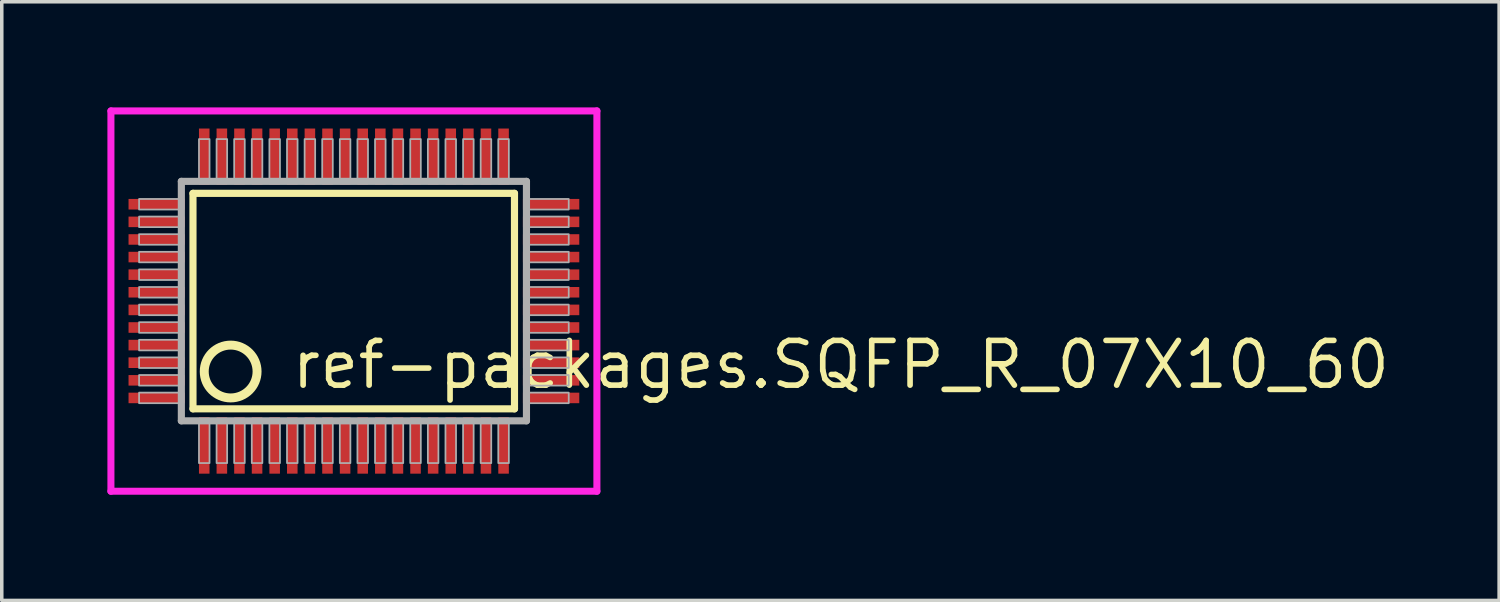
<source format=kicad_pcb>
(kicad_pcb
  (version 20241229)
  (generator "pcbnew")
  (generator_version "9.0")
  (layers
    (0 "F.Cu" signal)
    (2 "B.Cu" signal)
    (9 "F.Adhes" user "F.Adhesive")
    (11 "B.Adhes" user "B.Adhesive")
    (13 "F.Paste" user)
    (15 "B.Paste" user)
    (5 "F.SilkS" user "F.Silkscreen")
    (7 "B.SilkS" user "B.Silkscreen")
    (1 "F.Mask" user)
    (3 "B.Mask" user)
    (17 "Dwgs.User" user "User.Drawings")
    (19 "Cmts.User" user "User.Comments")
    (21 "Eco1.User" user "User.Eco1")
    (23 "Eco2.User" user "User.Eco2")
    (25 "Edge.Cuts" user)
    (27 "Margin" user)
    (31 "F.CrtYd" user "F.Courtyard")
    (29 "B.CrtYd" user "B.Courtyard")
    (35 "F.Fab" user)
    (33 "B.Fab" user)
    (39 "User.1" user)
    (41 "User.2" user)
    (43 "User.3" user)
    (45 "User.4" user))
  (footprint "ref-packages.SQFP_R_07X10_60"
    (layer "F.Cu")
    (at 7 5.5)
    (property "Reference" "ref-packages.SQFP_R_07X10_60" (at -1.85 2.55 0) (layer "F.SilkS") (effects (font (size 1.27 1.27) (thickness 0.16)) (justify left bottom)))
    (attr smd)
    (fp_line (start -4.57 -3.06) (end 4.56 -3.06) (stroke (width 0.203) (type default)) (layer "F.SilkS"))
    (fp_line (start -4.57 3.06) (end -4.57 -3.06) (stroke (width 0.203) (type default)) (layer "F.SilkS"))
    (fp_line (start 4.56 -3.06) (end 4.56 3.06) (stroke (width 0.203) (type default)) (layer "F.SilkS"))
    (fp_line (start 4.56 3.06) (end -4.57 3.06) (stroke (width 0.203) (type default)) (layer "F.SilkS"))
    (fp_circle (center -3.5 2) (end -2.75 2) (stroke (width 0.254) (type default)) (fill no) (layer "F.SilkS"))
    (fp_line (start -6.9 -5.4) (end 6.9 -5.4) (stroke (width 0.2) (type default)) (layer "F.CrtYd"))
    (fp_line (start -6.9 5.4) (end -6.9 -5.4) (stroke (width 0.2) (type default)) (layer "F.CrtYd"))
    (fp_line (start 6.9 -5.4) (end 6.9 5.4) (stroke (width 0.2) (type default)) (layer "F.CrtYd"))
    (fp_line (start 6.9 5.4) (end -6.9 5.4) (stroke (width 0.2) (type default)) (layer "F.CrtYd"))
    (fp_line (start -4.9 -3.4) (end -4.9 3.4) (stroke (width 0.203) (type default)) (layer "F.Fab"))
    (fp_line (start -4.9 3.4) (end 4.9 3.4) (stroke (width 0.203) (type default)) (layer "F.Fab"))
    (fp_line (start 4.9 -3.4) (end -4.9 -3.4) (stroke (width 0.203) (type default)) (layer "F.Fab"))
    (fp_line (start 4.9 3.4) (end 4.9 -3.4) (stroke (width 0.203) (type default)) (layer "F.Fab"))
    (fp_rect (start -6.1 -2.6) (end -4.95 -2.9) (stroke (width 0.05) (type default)) (fill no) (layer "F.Fab"))
    (fp_rect (start -6.1 -2.1) (end -4.95 -2.4) (stroke (width 0.05) (type default)) (fill no) (layer "F.Fab"))
    (fp_rect (start -6.1 -1.6) (end -4.95 -1.9) (stroke (width 0.05) (type default)) (fill no) (layer "F.Fab"))
    (fp_rect (start -6.1 -1.1) (end -4.95 -1.4) (stroke (width 0.05) (type default)) (fill no) (layer "F.Fab"))
    (fp_rect (start -6.1 -0.6) (end -4.95 -0.9) (stroke (width 0.05) (type default)) (fill no) (layer "F.Fab"))
    (fp_rect (start -6.1 -0.1) (end -4.95 -0.4) (stroke (width 0.05) (type default)) (fill no) (layer "F.Fab"))
    (fp_rect (start -6.1 0.4) (end -4.95 0.1) (stroke (width 0.05) (type default)) (fill no) (layer "F.Fab"))
    (fp_rect (start -6.1 0.9) (end -4.95 0.6) (stroke (width 0.05) (type default)) (fill no) (layer "F.Fab"))
    (fp_rect (start -6.1 1.4) (end -4.95 1.1) (stroke (width 0.05) (type default)) (fill no) (layer "F.Fab"))
    (fp_rect (start -6.1 1.9) (end -4.95 1.6) (stroke (width 0.05) (type default)) (fill no) (layer "F.Fab"))
    (fp_rect (start -6.1 2.4) (end -4.95 2.1) (stroke (width 0.05) (type default)) (fill no) (layer "F.Fab"))
    (fp_rect (start -6.1 2.9) (end -4.95 2.6) (stroke (width 0.05) (type default)) (fill no) (layer "F.Fab"))
    (fp_rect (start -4.4 -3.45) (end -4.1 -4.6) (stroke (width 0.05) (type default)) (fill no) (layer "F.Fab"))
    (fp_rect (start -4.4 4.6) (end -4.1 3.45) (stroke (width 0.05) (type default)) (fill no) (layer "F.Fab"))
    (fp_rect (start -3.9 -3.45) (end -3.6 -4.6) (stroke (width 0.05) (type default)) (fill no) (layer "F.Fab"))
    (fp_rect (start -3.9 4.6) (end -3.6 3.45) (stroke (width 0.05) (type default)) (fill no) (layer "F.Fab"))
    (fp_rect (start -3.4 -3.45) (end -3.1 -4.6) (stroke (width 0.05) (type default)) (fill no) (layer "F.Fab"))
    (fp_rect (start -3.4 4.6) (end -3.1 3.45) (stroke (width 0.05) (type default)) (fill no) (layer "F.Fab"))
    (fp_rect (start -2.9 -3.45) (end -2.6 -4.6) (stroke (width 0.05) (type default)) (fill no) (layer "F.Fab"))
    (fp_rect (start -2.9 4.6) (end -2.6 3.45) (stroke (width 0.05) (type default)) (fill no) (layer "F.Fab"))
    (fp_rect (start -2.4 -3.45) (end -2.1 -4.6) (stroke (width 0.05) (type default)) (fill no) (layer "F.Fab"))
    (fp_rect (start -2.4 4.6) (end -2.1 3.45) (stroke (width 0.05) (type default)) (fill no) (layer "F.Fab"))
    (fp_rect (start -1.9 -3.45) (end -1.6 -4.6) (stroke (width 0.05) (type default)) (fill no) (layer "F.Fab"))
    (fp_rect (start -1.9 4.6) (end -1.6 3.45) (stroke (width 0.05) (type default)) (fill no) (layer "F.Fab"))
    (fp_rect (start -1.4 -3.45) (end -1.1 -4.6) (stroke (width 0.05) (type default)) (fill no) (layer "F.Fab"))
    (fp_rect (start -1.4 4.6) (end -1.1 3.45) (stroke (width 0.05) (type default)) (fill no) (layer "F.Fab"))
    (fp_rect (start -0.9 -3.45) (end -0.6 -4.6) (stroke (width 0.05) (type default)) (fill no) (layer "F.Fab"))
    (fp_rect (start -0.9 4.6) (end -0.6 3.45) (stroke (width 0.05) (type default)) (fill no) (layer "F.Fab"))
    (fp_rect (start -0.4 -3.45) (end -0.1 -4.6) (stroke (width 0.05) (type default)) (fill no) (layer "F.Fab"))
    (fp_rect (start -0.4 4.6) (end -0.1 3.45) (stroke (width 0.05) (type default)) (fill no) (layer "F.Fab"))
    (fp_rect (start 0.1 -3.45) (end 0.4 -4.6) (stroke (width 0.05) (type default)) (fill no) (layer "F.Fab"))
    (fp_rect (start 0.1 4.6) (end 0.4 3.45) (stroke (width 0.05) (type default)) (fill no) (layer "F.Fab"))
    (fp_rect (start 0.6 -3.45) (end 0.9 -4.6) (stroke (width 0.05) (type default)) (fill no) (layer "F.Fab"))
    (fp_rect (start 0.6 4.6) (end 0.9 3.45) (stroke (width 0.05) (type default)) (fill no) (layer "F.Fab"))
    (fp_rect (start 1.1 -3.45) (end 1.4 -4.6) (stroke (width 0.05) (type default)) (fill no) (layer "F.Fab"))
    (fp_rect (start 1.1 4.6) (end 1.4 3.45) (stroke (width 0.05) (type default)) (fill no) (layer "F.Fab"))
    (fp_rect (start 1.6 -3.45) (end 1.9 -4.6) (stroke (width 0.05) (type default)) (fill no) (layer "F.Fab"))
    (fp_rect (start 1.6 4.6) (end 1.9 3.45) (stroke (width 0.05) (type default)) (fill no) (layer "F.Fab"))
    (fp_rect (start 2.1 -3.45) (end 2.4 -4.6) (stroke (width 0.05) (type default)) (fill no) (layer "F.Fab"))
    (fp_rect (start 2.1 4.6) (end 2.4 3.45) (stroke (width 0.05) (type default)) (fill no) (layer "F.Fab"))
    (fp_rect (start 2.6 -3.45) (end 2.9 -4.6) (stroke (width 0.05) (type default)) (fill no) (layer "F.Fab"))
    (fp_rect (start 2.6 4.6) (end 2.9 3.45) (stroke (width 0.05) (type default)) (fill no) (layer "F.Fab"))
    (fp_rect (start 3.1 -3.45) (end 3.4 -4.6) (stroke (width 0.05) (type default)) (fill no) (layer "F.Fab"))
    (fp_rect (start 3.1 4.6) (end 3.4 3.45) (stroke (width 0.05) (type default)) (fill no) (layer "F.Fab"))
    (fp_rect (start 3.6 -3.45) (end 3.9 -4.6) (stroke (width 0.05) (type default)) (fill no) (layer "F.Fab"))
    (fp_rect (start 3.6 4.6) (end 3.9 3.45) (stroke (width 0.05) (type default)) (fill no) (layer "F.Fab"))
    (fp_rect (start 4.1 -3.45) (end 4.4 -4.6) (stroke (width 0.05) (type default)) (fill no) (layer "F.Fab"))
    (fp_rect (start 4.1 4.6) (end 4.4 3.45) (stroke (width 0.05) (type default)) (fill no) (layer "F.Fab"))
    (fp_rect (start 4.95 -2.6) (end 6.1 -2.9) (stroke (width 0.05) (type default)) (fill no) (layer "F.Fab"))
    (fp_rect (start 4.95 -2.1) (end 6.1 -2.4) (stroke (width 0.05) (type default)) (fill no) (layer "F.Fab"))
    (fp_rect (start 4.95 -1.6) (end 6.1 -1.9) (stroke (width 0.05) (type default)) (fill no) (layer "F.Fab"))
    (fp_rect (start 4.95 -1.1) (end 6.1 -1.4) (stroke (width 0.05) (type default)) (fill no) (layer "F.Fab"))
    (fp_rect (start 4.95 -0.6) (end 6.1 -0.9) (stroke (width 0.05) (type default)) (fill no) (layer "F.Fab"))
    (fp_rect (start 4.95 -0.1) (end 6.1 -0.4) (stroke (width 0.05) (type default)) (fill no) (layer "F.Fab"))
    (fp_rect (start 4.95 0.4) (end 6.1 0.1) (stroke (width 0.05) (type default)) (fill no) (layer "F.Fab"))
    (fp_rect (start 4.95 0.9) (end 6.1 0.6) (stroke (width 0.05) (type default)) (fill no) (layer "F.Fab"))
    (fp_rect (start 4.95 1.4) (end 6.1 1.1) (stroke (width 0.05) (type default)) (fill no) (layer "F.Fab"))
    (fp_rect (start 4.95 1.9) (end 6.1 1.6) (stroke (width 0.05) (type default)) (fill no) (layer "F.Fab"))
    (fp_rect (start 4.95 2.4) (end 6.1 2.1) (stroke (width 0.05) (type default)) (fill no) (layer "F.Fab"))
    (fp_rect (start 4.95 2.9) (end 6.1 2.6) (stroke (width 0.05) (type default)) (fill no) (layer "F.Fab"))
    (pad "1" smd roundrect (at -4.25 4.1) (size 0.3 1.6) (layers "F.Cu" "F.Mask" "F.Paste") (roundrect_rratio 0.01))
    (pad "2" smd roundrect (at -3.75 4.1) (size 0.3 1.6) (layers "F.Cu" "F.Mask" "F.Paste") (roundrect_rratio 0.01))
    (pad "3" smd roundrect (at -3.25 4.1) (size 0.3 1.6) (layers "F.Cu" "F.Mask" "F.Paste") (roundrect_rratio 0.01))
    (pad "4" smd roundrect (at -2.75 4.1) (size 0.3 1.6) (layers "F.Cu" "F.Mask" "F.Paste") (roundrect_rratio 0.01))
    (pad "5" smd roundrect (at -2.25 4.1) (size 0.3 1.6) (layers "F.Cu" "F.Mask" "F.Paste") (roundrect_rratio 0.01))
    (pad "6" smd roundrect (at -1.75 4.1) (size 0.3 1.6) (layers "F.Cu" "F.Mask" "F.Paste") (roundrect_rratio 0.01))
    (pad "7" smd roundrect (at -1.25 4.1) (size 0.3 1.6) (layers "F.Cu" "F.Mask" "F.Paste") (roundrect_rratio 0.01))
    (pad "8" smd roundrect (at -0.75 4.1) (size 0.3 1.6) (layers "F.Cu" "F.Mask" "F.Paste") (roundrect_rratio 0.01))
    (pad "9" smd roundrect (at -0.25 4.1) (size 0.3 1.6) (layers "F.Cu" "F.Mask" "F.Paste") (roundrect_rratio 0.01))
    (pad "10" smd roundrect (at 0.25 4.1) (size 0.3 1.6) (layers "F.Cu" "F.Mask" "F.Paste") (roundrect_rratio 0.01))
    (pad "11" smd roundrect (at 0.75 4.1) (size 0.3 1.6) (layers "F.Cu" "F.Mask" "F.Paste") (roundrect_rratio 0.01))
    (pad "12" smd roundrect (at 1.25 4.1) (size 0.3 1.6) (layers "F.Cu" "F.Mask" "F.Paste") (roundrect_rratio 0.01))
    (pad "13" smd roundrect (at 1.75 4.1) (size 0.3 1.6) (layers "F.Cu" "F.Mask" "F.Paste") (roundrect_rratio 0.01))
    (pad "14" smd roundrect (at 2.25 4.1) (size 0.3 1.6) (layers "F.Cu" "F.Mask" "F.Paste") (roundrect_rratio 0.01))
    (pad "15" smd roundrect (at 2.75 4.1) (size 0.3 1.6) (layers "F.Cu" "F.Mask" "F.Paste") (roundrect_rratio 0.01))
    (pad "16" smd roundrect (at 3.25 4.1) (size 0.3 1.6) (layers "F.Cu" "F.Mask" "F.Paste") (roundrect_rratio 0.01))
    (pad "17" smd roundrect (at 3.75 4.1) (size 0.3 1.6) (layers "F.Cu" "F.Mask" "F.Paste") (roundrect_rratio 0.01))
    (pad "18" smd roundrect (at 4.25 4.1) (size 0.3 1.6) (layers "F.Cu" "F.Mask" "F.Paste") (roundrect_rratio 0.01))
    (pad "19" smd roundrect (at 5.6 2.75) (size 1.6 0.3) (layers "F.Cu" "F.Mask" "F.Paste") (roundrect_rratio 0.01))
    (pad "20" smd roundrect (at 5.6 2.25) (size 1.6 0.3) (layers "F.Cu" "F.Mask" "F.Paste") (roundrect_rratio 0.01))
    (pad "21" smd roundrect (at 5.6 1.75) (size 1.6 0.3) (layers "F.Cu" "F.Mask" "F.Paste") (roundrect_rratio 0.01))
    (pad "22" smd roundrect (at 5.6 1.25) (size 1.6 0.3) (layers "F.Cu" "F.Mask" "F.Paste") (roundrect_rratio 0.01))
    (pad "23" smd roundrect (at 5.6 0.75) (size 1.6 0.3) (layers "F.Cu" "F.Mask" "F.Paste") (roundrect_rratio 0.01))
    (pad "24" smd roundrect (at 5.6 0.25) (size 1.6 0.3) (layers "F.Cu" "F.Mask" "F.Paste") (roundrect_rratio 0.01))
    (pad "25" smd roundrect (at 5.6 -0.25) (size 1.6 0.3) (layers "F.Cu" "F.Mask" "F.Paste") (roundrect_rratio 0.01))
    (pad "26" smd roundrect (at 5.6 -0.75) (size 1.6 0.3) (layers "F.Cu" "F.Mask" "F.Paste") (roundrect_rratio 0.01))
    (pad "27" smd roundrect (at 5.6 -1.25) (size 1.6 0.3) (layers "F.Cu" "F.Mask" "F.Paste") (roundrect_rratio 0.01))
    (pad "28" smd roundrect (at 5.6 -1.75) (size 1.6 0.3) (layers "F.Cu" "F.Mask" "F.Paste") (roundrect_rratio 0.01))
    (pad "29" smd roundrect (at 5.6 -2.25) (size 1.6 0.3) (layers "F.Cu" "F.Mask" "F.Paste") (roundrect_rratio 0.01))
    (pad "30" smd roundrect (at 5.6 -2.75) (size 1.6 0.3) (layers "F.Cu" "F.Mask" "F.Paste") (roundrect_rratio 0.01))
    (pad "31" smd roundrect (at 4.25 -4.1) (size 0.3 1.6) (layers "F.Cu" "F.Mask" "F.Paste") (roundrect_rratio 0.01))
    (pad "32" smd roundrect (at 3.75 -4.1) (size 0.3 1.6) (layers "F.Cu" "F.Mask" "F.Paste") (roundrect_rratio 0.01))
    (pad "33" smd roundrect (at 3.25 -4.1) (size 0.3 1.6) (layers "F.Cu" "F.Mask" "F.Paste") (roundrect_rratio 0.01))
    (pad "34" smd roundrect (at 2.75 -4.1) (size 0.3 1.6) (layers "F.Cu" "F.Mask" "F.Paste") (roundrect_rratio 0.01))
    (pad "35" smd roundrect (at 2.25 -4.1) (size 0.3 1.6) (layers "F.Cu" "F.Mask" "F.Paste") (roundrect_rratio 0.01))
    (pad "36" smd roundrect (at 1.75 -4.1) (size 0.3 1.6) (layers "F.Cu" "F.Mask" "F.Paste") (roundrect_rratio 0.01))
    (pad "37" smd roundrect (at 1.25 -4.1) (size 0.3 1.6) (layers "F.Cu" "F.Mask" "F.Paste") (roundrect_rratio 0.01))
    (pad "38" smd roundrect (at 0.75 -4.1) (size 0.3 1.6) (layers "F.Cu" "F.Mask" "F.Paste") (roundrect_rratio 0.01))
    (pad "39" smd roundrect (at 0.25 -4.1) (size 0.3 1.6) (layers "F.Cu" "F.Mask" "F.Paste") (roundrect_rratio 0.01))
    (pad "40" smd roundrect (at -0.25 -4.1) (size 0.3 1.6) (layers "F.Cu" "F.Mask" "F.Paste") (roundrect_rratio 0.01))
    (pad "41" smd roundrect (at -0.75 -4.1) (size 0.3 1.6) (layers "F.Cu" "F.Mask" "F.Paste") (roundrect_rratio 0.01))
    (pad "42" smd roundrect (at -1.25 -4.1) (size 0.3 1.6) (layers "F.Cu" "F.Mask" "F.Paste") (roundrect_rratio 0.01))
    (pad "43" smd roundrect (at -1.75 -4.1) (size 0.3 1.6) (layers "F.Cu" "F.Mask" "F.Paste") (roundrect_rratio 0.01))
    (pad "44" smd roundrect (at -2.25 -4.1) (size 0.3 1.6) (layers "F.Cu" "F.Mask" "F.Paste") (roundrect_rratio 0.01))
    (pad "45" smd roundrect (at -2.75 -4.1) (size 0.3 1.6) (layers "F.Cu" "F.Mask" "F.Paste") (roundrect_rratio 0.01))
    (pad "46" smd roundrect (at -3.25 -4.1) (size 0.3 1.6) (layers "F.Cu" "F.Mask" "F.Paste") (roundrect_rratio 0.01))
    (pad "47" smd roundrect (at -3.75 -4.1) (size 0.3 1.6) (layers "F.Cu" "F.Mask" "F.Paste") (roundrect_rratio 0.01))
    (pad "48" smd roundrect (at -4.25 -4.1) (size 0.3 1.6) (layers "F.Cu" "F.Mask" "F.Paste") (roundrect_rratio 0.01))
    (pad "49" smd roundrect (at -5.6 -2.75) (size 1.6 0.3) (layers "F.Cu" "F.Mask" "F.Paste") (roundrect_rratio 0.01))
    (pad "50" smd roundrect (at -5.6 -2.25) (size 1.6 0.3) (layers "F.Cu" "F.Mask" "F.Paste") (roundrect_rratio 0.01))
    (pad "51" smd roundrect (at -5.6 -1.75) (size 1.6 0.3) (layers "F.Cu" "F.Mask" "F.Paste") (roundrect_rratio 0.01))
    (pad "52" smd roundrect (at -5.6 -1.25) (size 1.6 0.3) (layers "F.Cu" "F.Mask" "F.Paste") (roundrect_rratio 0.01))
    (pad "53" smd roundrect (at -5.6 -0.75) (size 1.6 0.3) (layers "F.Cu" "F.Mask" "F.Paste") (roundrect_rratio 0.01))
    (pad "54" smd roundrect (at -5.6 -0.25) (size 1.6 0.3) (layers "F.Cu" "F.Mask" "F.Paste") (roundrect_rratio 0.01))
    (pad "55" smd roundrect (at -5.6 0.25) (size 1.6 0.3) (layers "F.Cu" "F.Mask" "F.Paste") (roundrect_rratio 0.01))
    (pad "56" smd roundrect (at -5.6 0.75) (size 1.6 0.3) (layers "F.Cu" "F.Mask" "F.Paste") (roundrect_rratio 0.01))
    (pad "57" smd roundrect (at -5.6 1.25) (size 1.6 0.3) (layers "F.Cu" "F.Mask" "F.Paste") (roundrect_rratio 0.01))
    (pad "58" smd roundrect (at -5.6 1.75) (size 1.6 0.3) (layers "F.Cu" "F.Mask" "F.Paste") (roundrect_rratio 0.01))
    (pad "59" smd roundrect (at -5.6 2.25) (size 1.6 0.3) (layers "F.Cu" "F.Mask" "F.Paste") (roundrect_rratio 0.01))
    (pad "60" smd roundrect (at -5.6 2.75) (size 1.6 0.3) (layers "F.Cu" "F.Mask" "F.Paste") (roundrect_rratio 0.01)))
  (gr_rect
    (start -3 -3)
    (end 39.521 14)
    (stroke (width 0.1) (type default))
    (fill no)
    (layer "Edge.Cuts")))
</source>
